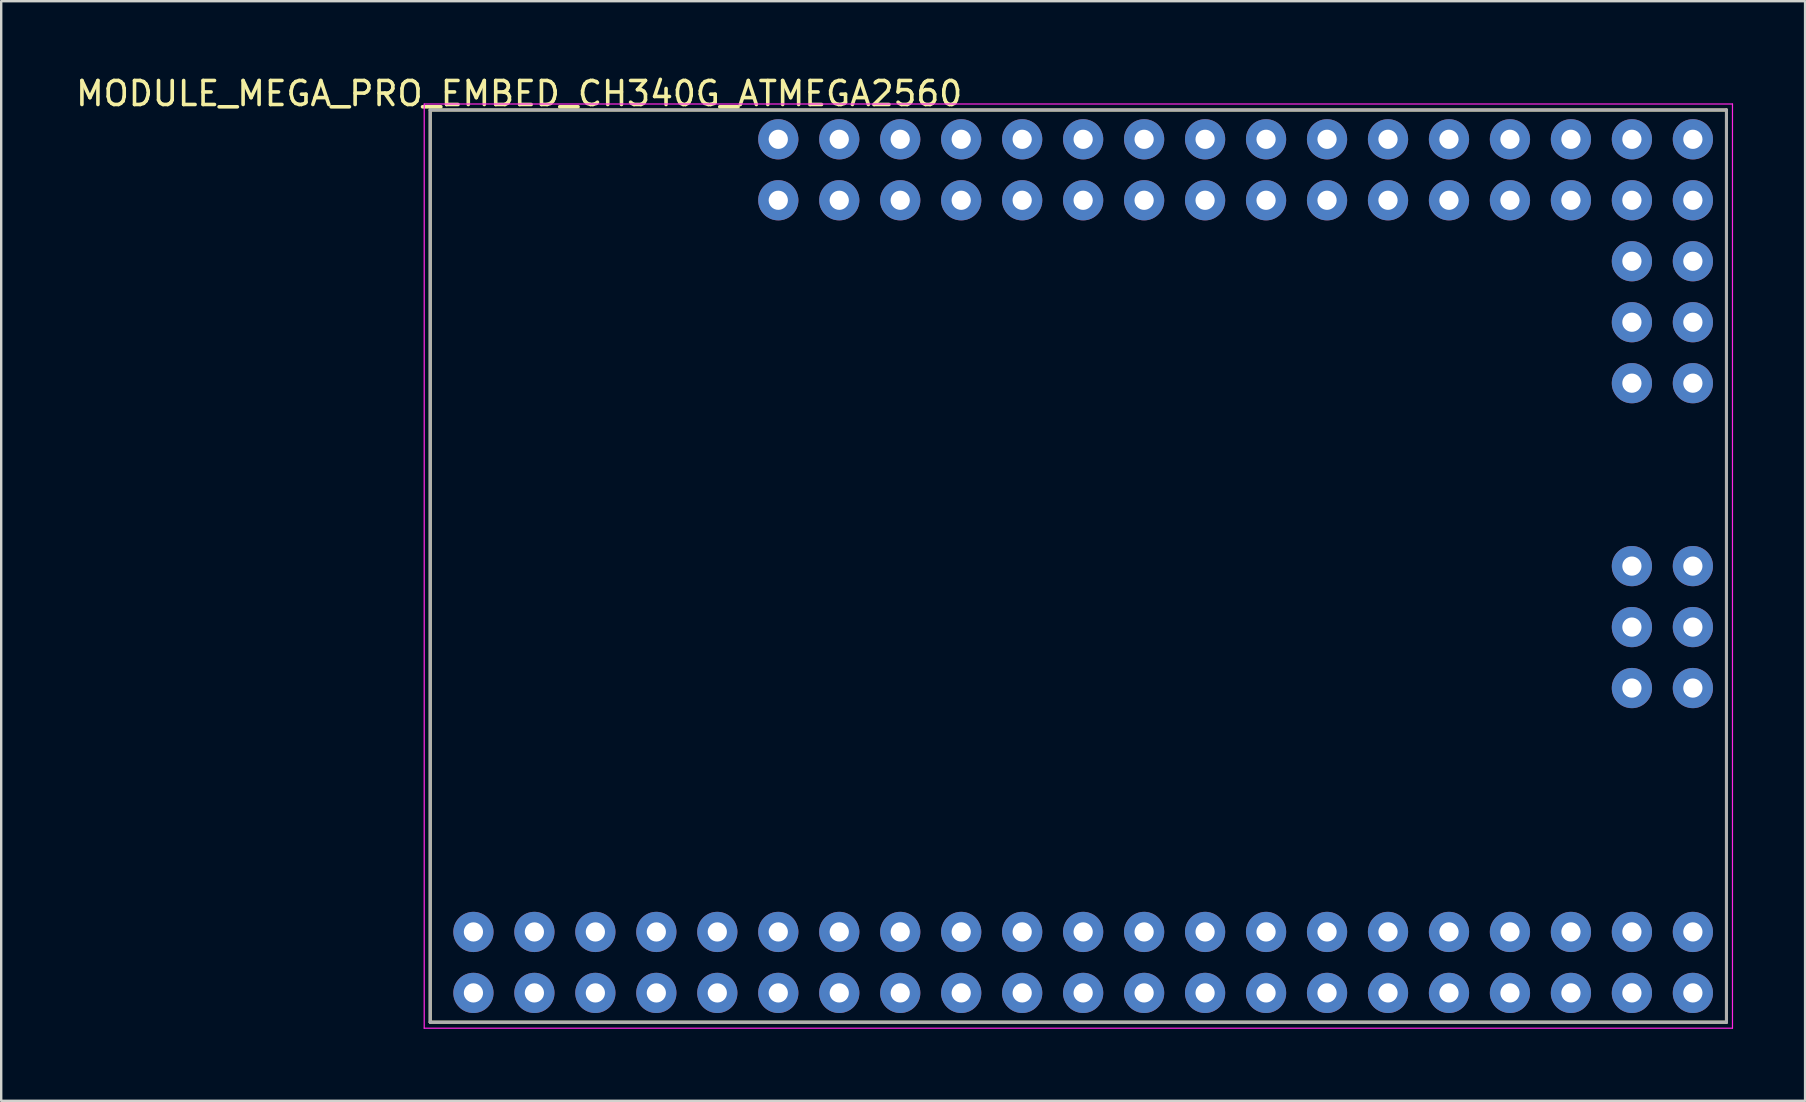
<source format=kicad_pcb>
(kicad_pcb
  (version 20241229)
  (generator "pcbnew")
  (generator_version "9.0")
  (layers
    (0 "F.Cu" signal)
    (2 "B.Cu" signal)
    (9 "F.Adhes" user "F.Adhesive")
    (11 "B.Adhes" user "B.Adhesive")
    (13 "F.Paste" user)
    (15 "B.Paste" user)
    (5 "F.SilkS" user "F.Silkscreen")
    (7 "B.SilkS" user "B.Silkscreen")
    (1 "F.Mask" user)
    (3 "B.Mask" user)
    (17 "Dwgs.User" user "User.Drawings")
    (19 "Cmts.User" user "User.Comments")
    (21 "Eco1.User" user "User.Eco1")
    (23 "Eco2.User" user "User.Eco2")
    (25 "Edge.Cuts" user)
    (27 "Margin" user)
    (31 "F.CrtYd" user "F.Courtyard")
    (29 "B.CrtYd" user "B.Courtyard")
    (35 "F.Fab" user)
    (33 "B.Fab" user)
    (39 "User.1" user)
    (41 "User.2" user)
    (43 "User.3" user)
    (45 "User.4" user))
  (footprint "MODULE_MEGA_PRO_EMBED_CH340G_ATMEGA2560"
    (layer "F.Cu")
    (at 41.872 20.533)
    (property "Reference" "MODULE_MEGA_PRO_EMBED_CH340G_ATMEGA2560" (at -23.295 -19.685 0) (layer "F.SilkS") (effects (font (size 1 1) (thickness 0.15))))
    (attr through_hole)
    (fp_line (start -27 -19) (end 27 -19) (stroke (width 0.127) (type solid)) (layer "F.SilkS"))
    (fp_line (start -27 19) (end -27 -19) (stroke (width 0.127) (type solid)) (layer "F.SilkS"))
    (fp_line (start -27 19) (end 27 19) (stroke (width 0.127) (type solid)) (layer "F.SilkS"))
    (fp_line (start 27 19) (end 27 -19) (stroke (width 0.127) (type solid)) (layer "F.SilkS"))
    (fp_line (start -27.25 -19.25) (end 27.25 -19.25) (stroke (width 0.05) (type solid)) (layer "F.CrtYd"))
    (fp_line (start -27.25 19.25) (end -27.25 -19.25) (stroke (width 0.05) (type solid)) (layer "F.CrtYd"))
    (fp_line (start 27.25 -19.25) (end 27.25 19.25) (stroke (width 0.05) (type solid)) (layer "F.CrtYd"))
    (fp_line (start 27.25 19.25) (end -27.25 19.25) (stroke (width 0.05) (type solid)) (layer "F.CrtYd"))
    (fp_line (start -27 -19) (end 27 -19) (stroke (width 0.127) (type solid)) (layer "F.Fab"))
    (fp_line (start -27 19) (end -27 -19) (stroke (width 0.127) (type solid)) (layer "F.Fab"))
    (fp_line (start -27 19) (end 27 19) (stroke (width 0.127) (type solid)) (layer "F.Fab"))
    (fp_line (start 27 19) (end 27 -19) (stroke (width 0.127) (type solid)) (layer "F.Fab"))
    (pad "3V3_1" thru_hole circle (at -17.58 17.78) (size 1.676 1.676) (drill 0.8) (layers "*.Cu" "*.Mask"))
    (pad "3V3_2" thru_hole circle (at -17.58 15.24) (size 1.676 1.676) (drill 0.8) (layers "*.Cu" "*.Mask"))
    (pad "5V_1" thru_hole circle (at -20.12 17.78) (size 1.676 1.676) (drill 0.8) (layers "*.Cu" "*.Mask"))
    (pad "5V_2" thru_hole circle (at -20.12 15.24) (size 1.676 1.676) (drill 0.8) (layers "*.Cu" "*.Mask"))
    (pad "5V_3" thru_hole circle (at 25.6 0) (size 1.676 1.676) (drill 0.8) (layers "*.Cu" "*.Mask"))
    (pad "A0" thru_hole circle (at -12.5 -17.78) (size 1.676 1.676) (drill 0.8) (layers "*.Cu" "*.Mask"))
    (pad "A1" thru_hole circle (at -12.5 -15.24) (size 1.676 1.676) (drill 0.8) (layers "*.Cu" "*.Mask"))
    (pad "A2" thru_hole circle (at -9.96 -17.78) (size 1.676 1.676) (drill 0.8) (layers "*.Cu" "*.Mask"))
    (pad "A3" thru_hole circle (at -9.96 -15.24) (size 1.676 1.676) (drill 0.8) (layers "*.Cu" "*.Mask"))
    (pad "A4" thru_hole circle (at -7.42 -17.78) (size 1.676 1.676) (drill 0.8) (layers "*.Cu" "*.Mask"))
    (pad "A5" thru_hole circle (at -7.42 -15.24) (size 1.676 1.676) (drill 0.8) (layers "*.Cu" "*.Mask"))
    (pad "A6" thru_hole circle (at -4.88 -17.78) (size 1.676 1.676) (drill 0.8) (layers "*.Cu" "*.Mask"))
    (pad "A7" thru_hole circle (at -4.88 -15.24) (size 1.676 1.676) (drill 0.8) (layers "*.Cu" "*.Mask"))
    (pad "A8" thru_hole circle (at -2.34 -17.78) (size 1.676 1.676) (drill 0.8) (layers "*.Cu" "*.Mask"))
    (pad "A9" thru_hole circle (at -2.34 -15.24) (size 1.676 1.676) (drill 0.8) (layers "*.Cu" "*.Mask"))
    (pad "A10" thru_hole circle (at 0.2 -17.78) (size 1.676 1.676) (drill 0.8) (layers "*.Cu" "*.Mask"))
    (pad "A11" thru_hole circle (at 0.2 -15.24) (size 1.676 1.676) (drill 0.8) (layers "*.Cu" "*.Mask"))
    (pad "A12" thru_hole circle (at 2.74 -17.78) (size 1.676 1.676) (drill 0.8) (layers "*.Cu" "*.Mask"))
    (pad "A13" thru_hole circle (at 2.74 -15.24) (size 1.676 1.676) (drill 0.8) (layers "*.Cu" "*.Mask"))
    (pad "A14" thru_hole circle (at 5.28 -17.78) (size 1.676 1.676) (drill 0.8) (layers "*.Cu" "*.Mask"))
    (pad "A15" thru_hole circle (at 5.28 -15.24) (size 1.676 1.676) (drill 0.8) (layers "*.Cu" "*.Mask"))
    (pad "AREF" thru_hole circle (at -15.04 15.24) (size 1.676 1.676) (drill 0.8) (layers "*.Cu" "*.Mask"))
    (pad "D2" thru_hole circle (at -9.96 15.24) (size 1.676 1.676) (drill 0.8) (layers "*.Cu" "*.Mask"))
    (pad "D3" thru_hole circle (at -9.96 17.78) (size 1.676 1.676) (drill 0.8) (layers "*.Cu" "*.Mask"))
    (pad "D4" thru_hole circle (at -7.42 15.24) (size 1.676 1.676) (drill 0.8) (layers "*.Cu" "*.Mask"))
    (pad "D5" thru_hole circle (at -7.42 17.78) (size 1.676 1.676) (drill 0.8) (layers "*.Cu" "*.Mask"))
    (pad "D6" thru_hole circle (at -4.88 15.24) (size 1.676 1.676) (drill 0.8) (layers "*.Cu" "*.Mask"))
    (pad "D7" thru_hole circle (at -4.88 17.78) (size 1.676 1.676) (drill 0.8) (layers "*.Cu" "*.Mask"))
    (pad "D8" thru_hole circle (at -2.34 15.24) (size 1.676 1.676) (drill 0.8) (layers "*.Cu" "*.Mask"))
    (pad "D9" thru_hole circle (at -2.34 17.78) (size 1.676 1.676) (drill 0.8) (layers "*.Cu" "*.Mask"))
    (pad "D10" thru_hole circle (at 0.2 15.24) (size 1.676 1.676) (drill 0.8) (layers "*.Cu" "*.Mask"))
    (pad "D11" thru_hole circle (at 0.2 17.78) (size 1.676 1.676) (drill 0.8) (layers "*.Cu" "*.Mask"))
    (pad "D12" thru_hole circle (at 2.74 15.24) (size 1.676 1.676) (drill 0.8) (layers "*.Cu" "*.Mask"))
    (pad "D13" thru_hole circle (at 2.74 17.78) (size 1.676 1.676) (drill 0.8) (layers "*.Cu" "*.Mask"))
    (pad "D14" thru_hole circle (at 5.28 15.24) (size 1.676 1.676) (drill 0.8) (layers "*.Cu" "*.Mask"))
    (pad "D15" thru_hole circle (at 5.28 17.78) (size 1.676 1.676) (drill 0.8) (layers "*.Cu" "*.Mask"))
    (pad "D16" thru_hole circle (at 7.82 15.24) (size 1.676 1.676) (drill 0.8) (layers "*.Cu" "*.Mask"))
    (pad "D17" thru_hole circle (at 7.82 17.78) (size 1.676 1.676) (drill 0.8) (layers "*.Cu" "*.Mask"))
    (pad "D18" thru_hole circle (at 10.36 15.24) (size 1.676 1.676) (drill 0.8) (layers "*.Cu" "*.Mask"))
    (pad "D19" thru_hole circle (at 10.36 17.78) (size 1.676 1.676) (drill 0.8) (layers "*.Cu" "*.Mask"))
    (pad "D20" thru_hole circle (at 12.9 15.24) (size 1.676 1.676) (drill 0.8) (layers "*.Cu" "*.Mask"))
    (pad "D21" thru_hole circle (at 12.9 17.78) (size 1.676 1.676) (drill 0.8) (layers "*.Cu" "*.Mask"))
    (pad "D22" thru_hole circle (at 15.44 15.24) (size 1.676 1.676) (drill 0.8) (layers "*.Cu" "*.Mask"))
    (pad "D23" thru_hole circle (at 15.44 17.78) (size 1.676 1.676) (drill 0.8) (layers "*.Cu" "*.Mask"))
    (pad "D24" thru_hole circle (at 17.98 15.24) (size 1.676 1.676) (drill 0.8) (layers "*.Cu" "*.Mask"))
    (pad "D25" thru_hole circle (at 17.98 17.78) (size 1.676 1.676) (drill 0.8) (layers "*.Cu" "*.Mask"))
    (pad "D26" thru_hole circle (at 20.52 15.24) (size 1.676 1.676) (drill 0.8) (layers "*.Cu" "*.Mask"))
    (pad "D27" thru_hole circle (at 20.52 17.78) (size 1.676 1.676) (drill 0.8) (layers "*.Cu" "*.Mask"))
    (pad "D28" thru_hole circle (at 23.06 15.24) (size 1.676 1.676) (drill 0.8) (layers "*.Cu" "*.Mask"))
    (pad "D29" thru_hole circle (at 23.06 17.78) (size 1.676 1.676) (drill 0.8) (layers "*.Cu" "*.Mask"))
    (pad "D30" thru_hole circle (at 25.6 15.24) (size 1.676 1.676) (drill 0.8) (layers "*.Cu" "*.Mask"))
    (pad "D31" thru_hole circle (at 25.6 17.78) (size 1.676 1.676) (drill 0.8) (layers "*.Cu" "*.Mask"))
    (pad "D32" thru_hole circle (at 7.82 -17.78) (size 1.676 1.676) (drill 0.8) (layers "*.Cu" "*.Mask"))
    (pad "D33" thru_hole circle (at 7.82 -15.24) (size 1.676 1.676) (drill 0.8) (layers "*.Cu" "*.Mask"))
    (pad "D34" thru_hole circle (at 10.36 -17.78) (size 1.676 1.676) (drill 0.8) (layers "*.Cu" "*.Mask"))
    (pad "D35" thru_hole circle (at 10.36 -15.24) (size 1.676 1.676) (drill 0.8) (layers "*.Cu" "*.Mask"))
    (pad "D36" thru_hole circle (at 12.9 -17.78) (size 1.676 1.676) (drill 0.8) (layers "*.Cu" "*.Mask"))
    (pad "D37" thru_hole circle (at 12.9 -15.24) (size 1.676 1.676) (drill 0.8) (layers "*.Cu" "*.Mask"))
    (pad "D38" thru_hole circle (at 15.44 -17.78) (size 1.676 1.676) (drill 0.8) (layers "*.Cu" "*.Mask"))
    (pad "D39" thru_hole circle (at 15.44 -15.24) (size 1.676 1.676) (drill 0.8) (layers "*.Cu" "*.Mask"))
    (pad "D40" thru_hole circle (at 17.98 -17.78) (size 1.676 1.676) (drill 0.8) (layers "*.Cu" "*.Mask"))
    (pad "D41" thru_hole circle (at 17.98 -15.24) (size 1.676 1.676) (drill 0.8) (layers "*.Cu" "*.Mask"))
    (pad "D42" thru_hole circle (at 20.52 -17.78) (size 1.676 1.676) (drill 0.8) (layers "*.Cu" "*.Mask"))
    (pad "D43" thru_hole circle (at 20.52 -15.24) (size 1.676 1.676) (drill 0.8) (layers "*.Cu" "*.Mask"))
    (pad "D44" thru_hole circle (at 23.06 -17.78) (size 1.676 1.676) (drill 0.8) (layers "*.Cu" "*.Mask"))
    (pad "D45" thru_hole circle (at 23.06 -15.24) (size 1.676 1.676) (drill 0.8) (layers "*.Cu" "*.Mask"))
    (pad "D46" thru_hole circle (at 25.6 -17.78) (size 1.676 1.676) (drill 0.8) (layers "*.Cu" "*.Mask"))
    (pad "D47" thru_hole circle (at 25.6 -15.24) (size 1.676 1.676) (drill 0.8) (layers "*.Cu" "*.Mask"))
    (pad "D48" thru_hole circle (at 25.6 -12.7) (size 1.676 1.676) (drill 0.8) (layers "*.Cu" "*.Mask"))
    (pad "D49" thru_hole circle (at 23.06 -12.7) (size 1.676 1.676) (drill 0.8) (layers "*.Cu" "*.Mask"))
    (pad "D50" thru_hole circle (at 25.6 -10.16) (size 1.676 1.676) (drill 0.8) (layers "*.Cu" "*.Mask"))
    (pad "D51" thru_hole circle (at 23.06 -10.16) (size 1.676 1.676) (drill 0.8) (layers "*.Cu" "*.Mask"))
    (pad "D52" thru_hole circle (at 25.6 -7.62) (size 1.676 1.676) (drill 0.8) (layers "*.Cu" "*.Mask"))
    (pad "D53" thru_hole circle (at 23.06 -7.62) (size 1.676 1.676) (drill 0.8) (layers "*.Cu" "*.Mask"))
    (pad "GND_1" thru_hole circle (at -22.66 17.78) (size 1.676 1.676) (drill 0.8) (layers "*.Cu" "*.Mask"))
    (pad "GND_2" thru_hole circle (at -22.66 15.24) (size 1.676 1.676) (drill 0.8) (layers "*.Cu" "*.Mask"))
    (pad "GND_3" thru_hole circle (at 25.6 5.08) (size 1.676 1.676) (drill 0.8) (layers "*.Cu" "*.Mask"))
    (pad "MISO" thru_hole circle (at 23.06 0) (size 1.676 1.676) (drill 0.8) (layers "*.Cu" "*.Mask"))
    (pad "MOSI" thru_hole circle (at 25.6 2.54) (size 1.676 1.676) (drill 0.8) (layers "*.Cu" "*.Mask"))
    (pad "RESET" thru_hole circle (at 23.06 5.08) (size 1.676 1.676) (drill 0.8) (layers "*.Cu" "*.Mask"))
    (pad "RST" thru_hole circle (at -15.04 17.78) (size 1.676 1.676) (drill 0.8) (layers "*.Cu" "*.Mask"))
    (pad "RX" thru_hole circle (at -12.5 15.24) (size 1.676 1.676) (drill 0.8) (layers "*.Cu" "*.Mask"))
    (pad "SCK" thru_hole circle (at 23.06 2.54) (size 1.676 1.676) (drill 0.8) (layers "*.Cu" "*.Mask"))
    (pad "TX" thru_hole circle (at -12.5 17.78) (size 1.676 1.676) (drill 0.8) (layers "*.Cu" "*.Mask"))
    (pad "VIN_1" thru_hole circle (at -25.2 17.78) (size 1.676 1.676) (drill 0.8) (layers "*.Cu" "*.Mask"))
    (pad "VIN_2" thru_hole circle (at -25.2 15.24) (size 1.676 1.676) (drill 0.8) (layers "*.Cu" "*.Mask")))
  (gr_rect
    (start -3 -3)
    (end 72.147 42.808)
    (stroke (width 0.1) (type default))
    (fill no)
    (layer "Edge.Cuts")))
</source>
